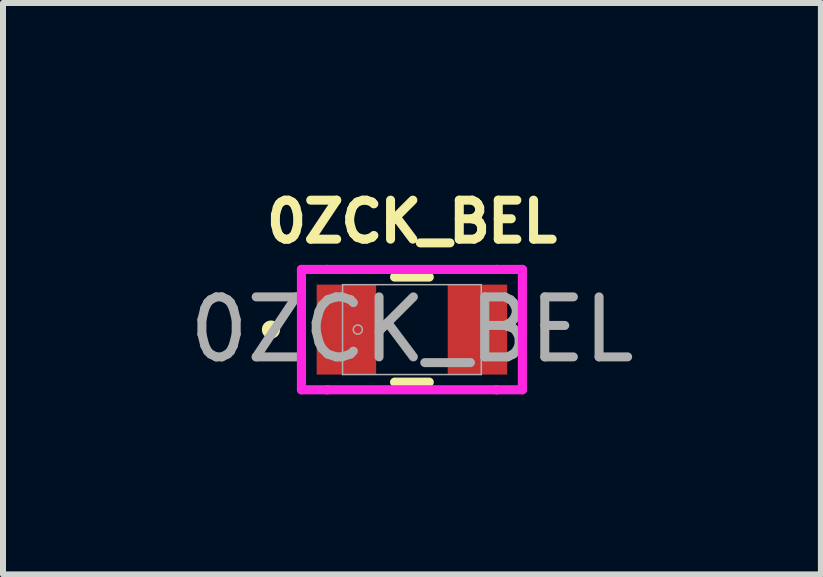
<source format=kicad_pcb>
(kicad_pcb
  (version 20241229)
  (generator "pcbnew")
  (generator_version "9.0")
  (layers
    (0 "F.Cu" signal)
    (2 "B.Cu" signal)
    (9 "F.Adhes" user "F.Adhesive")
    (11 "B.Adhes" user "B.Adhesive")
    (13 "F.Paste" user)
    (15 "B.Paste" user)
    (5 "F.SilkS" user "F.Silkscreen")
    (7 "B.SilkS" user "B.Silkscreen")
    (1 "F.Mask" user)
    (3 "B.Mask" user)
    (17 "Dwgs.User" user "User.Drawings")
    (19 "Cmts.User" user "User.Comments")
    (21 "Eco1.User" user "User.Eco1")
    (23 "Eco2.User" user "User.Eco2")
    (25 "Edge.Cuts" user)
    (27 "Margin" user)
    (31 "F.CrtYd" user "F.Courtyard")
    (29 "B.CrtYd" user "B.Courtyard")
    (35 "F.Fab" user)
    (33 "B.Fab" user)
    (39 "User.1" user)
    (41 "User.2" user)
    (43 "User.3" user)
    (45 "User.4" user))
  (footprint "0ZCK_BEL"
    (layer "F.Cu")
    (at 3.815 2.443)
    (property "Reference" "0ZCK_BEL" (at 0 -1.8 0) (unlocked yes) (layer "F.SilkS") (effects (font (size 0.65 0.65) (thickness 0.15))))
    (attr smd)
    (fp_line (start -0.289 0.876) (end 0.289 0.876) (stroke (width 0.152) (type solid)) (layer "F.SilkS"))
    (fp_line (start 0.289 -0.876) (end -0.289 -0.876) (stroke (width 0.152) (type solid)) (layer "F.SilkS"))
    (fp_circle (center -2.349 0) (end -2.273 0) (stroke (width 0.152) (type solid)) (fill no) (layer "F.SilkS"))
    (fp_line (start -1.841 -1.003) (end -1.41 -1.003) (stroke (width 0.152) (type solid)) (layer "F.CrtYd"))
    (fp_line (start -1.841 1.003) (end -1.841 -1.003) (stroke (width 0.152) (type solid)) (layer "F.CrtYd"))
    (fp_line (start -1.841 1.003) (end -1.41 1.003) (stroke (width 0.152) (type solid)) (layer "F.CrtYd"))
    (fp_line (start -1.41 -1.003) (end -1.41 -1.003) (stroke (width 0.152) (type solid)) (layer "F.CrtYd"))
    (fp_line (start -1.41 -1.003) (end 1.41 -1.003) (stroke (width 0.152) (type solid)) (layer "F.CrtYd"))
    (fp_line (start -1.41 1.003) (end -1.41 1.003) (stroke (width 0.152) (type solid)) (layer "F.CrtYd"))
    (fp_line (start -1.41 1.003) (end 1.41 1.003) (stroke (width 0.152) (type solid)) (layer "F.CrtYd"))
    (fp_line (start 1.41 -1.003) (end 1.41 -1.003) (stroke (width 0.152) (type solid)) (layer "F.CrtYd"))
    (fp_line (start 1.41 -1.003) (end 1.841 -1.003) (stroke (width 0.152) (type solid)) (layer "F.CrtYd"))
    (fp_line (start 1.41 1.003) (end 1.41 1.003) (stroke (width 0.152) (type solid)) (layer "F.CrtYd"))
    (fp_line (start 1.41 1.003) (end 1.841 1.003) (stroke (width 0.152) (type solid)) (layer "F.CrtYd"))
    (fp_line (start 1.841 -1.003) (end 1.841 1.003) (stroke (width 0.152) (type solid)) (layer "F.CrtYd"))
    (fp_line (start -1.156 -0.749) (end -1.156 0.749) (stroke (width 0.025) (type solid)) (layer "F.Fab"))
    (fp_line (start -1.156 0.749) (end 1.156 0.749) (stroke (width 0.025) (type solid)) (layer "F.Fab"))
    (fp_line (start 1.156 -0.749) (end -1.156 -0.749) (stroke (width 0.025) (type solid)) (layer "F.Fab"))
    (fp_line (start 1.156 0.749) (end 1.156 -0.749) (stroke (width 0.025) (type solid)) (layer "F.Fab"))
    (fp_circle (center -0.902 0) (end -0.826 0) (stroke (width 0.025) (type solid)) (fill no) (layer "F.Fab"))
    (fp_text user "${REFERENCE}" (at 0 0 0) (unlocked yes) (layer "F.Fab") (effects (font (size 1 1) (thickness 0.15))))
    (pad "1" smd rect (at -1.092 0) (size 0.991 1.499) (layers "F.Cu" "F.Mask" "F.Paste"))
    (pad "2" smd rect (at 1.092 0) (size 0.991 1.499) (layers "F.Cu" "F.Mask" "F.Paste"))
    (zone (net_name "") (layer "F.Cu") (hatch full 0.508) (connect_pads) (min_thickness 0.254) (filled_areas_thickness no) (keepout (tracks not_allowed) (vias not_allowed) (pads allowed) (copperpour not_allowed) (footprints allowed)) (placement (enabled no)) (fill) (polygon (pts (xy 3.269 1.745) (xy 4.362 1.745) (xy 4.362 3.142) (xy 3.269 3.142)))))
  (gr_rect
    (start -3 -3)
    (end 10.631 6.523)
    (stroke (width 0.1) (type default))
    (fill no)
    (layer "Edge.Cuts")))
</source>
